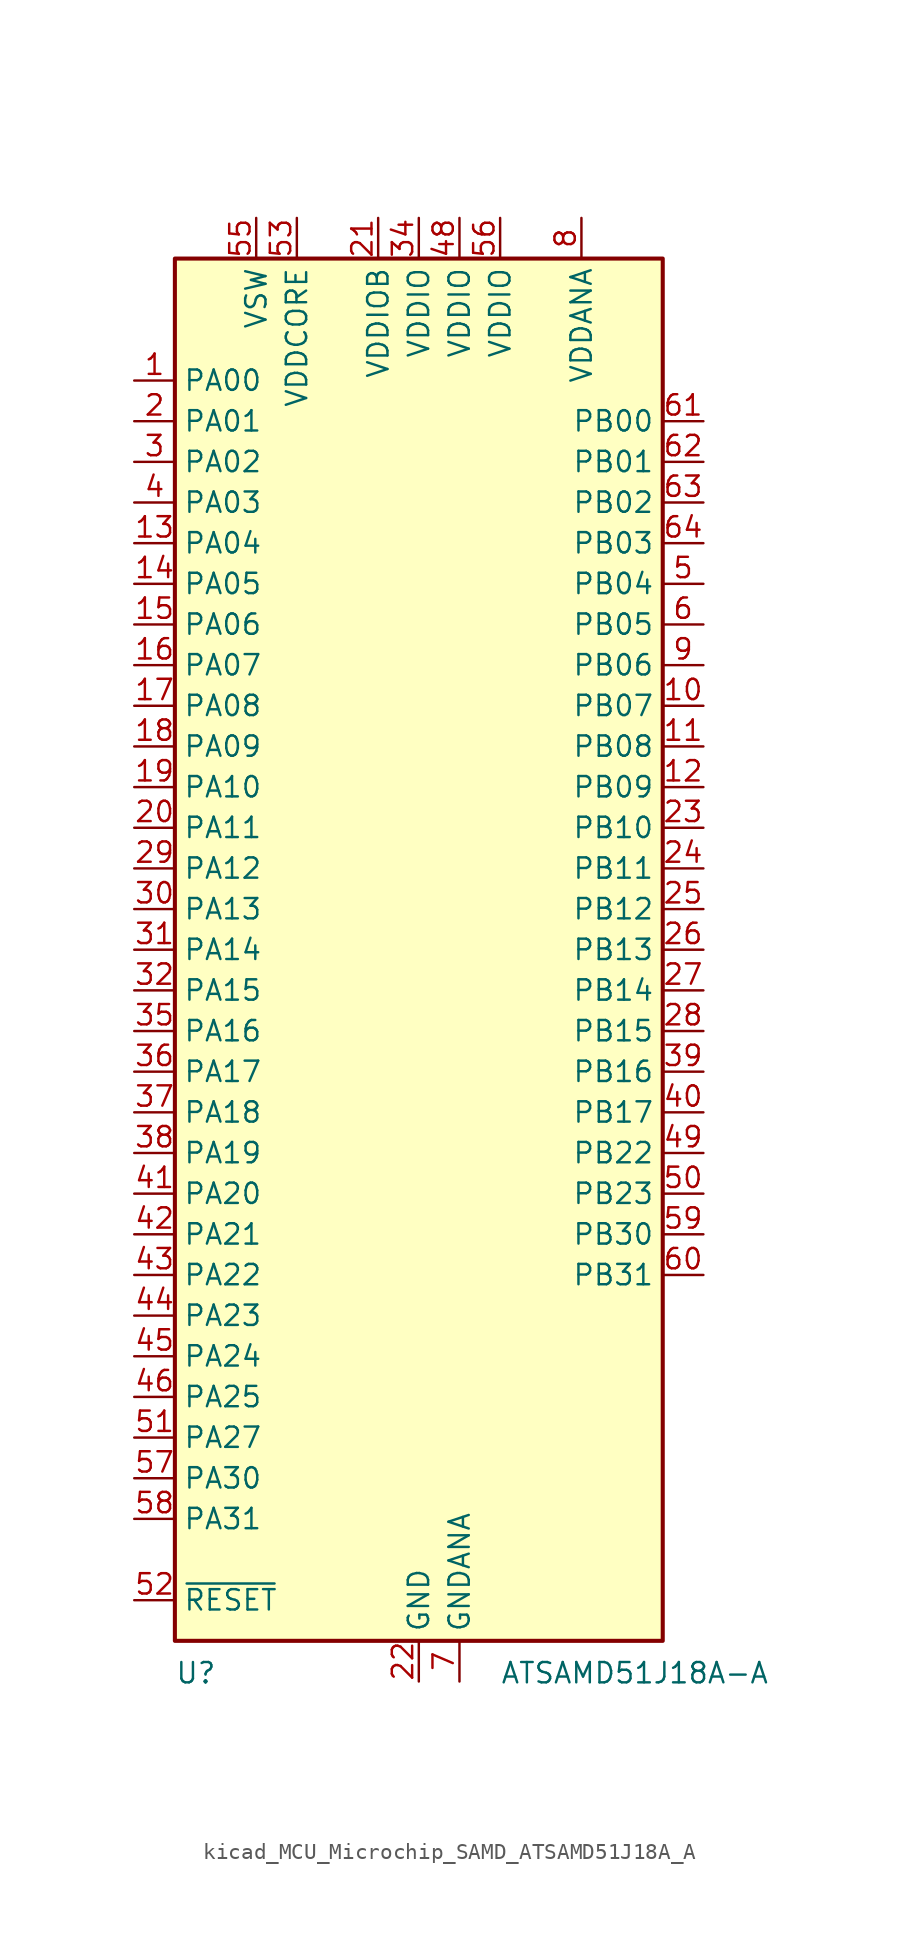
<source format=kicad_sym>
(kicad_symbol_lib
  (version 20220914)
  (generator kicad_symbol_editor)
  (symbol "kicad_MCU_Microchip_SAMD_ATSAMD51J18A_A"
    (property "Reference" "U"
      (at -15.24 -44.45 0)
      (effects (font (size 1.27 1.27)) (justify left top)))
    (property "Value" "ATSAMD51J18A-A"
      (at 5.08 -44.45 0)
      (effects (font (size 1.27 1.27)) (justify left top)))
    (symbol "kicad_MCU_Microchip_SAMD_ATSAMD51J18A_A_0_1"
      (rectangle (start -15.24 43.18) (end 15.24 -43.18) (stroke (width 0.254) (type default)) (fill (type background))))
    (symbol "kicad_MCU_Microchip_SAMD_ATSAMD51J18A_A_1_0"
      (pin bidirectional line (at 17.78 25.4 180) (length 2.54) (name "PB03" (effects (font (size 1.27 1.27)))) (number "64" (effects (font (size 1.27 1.27))))))
    (symbol "kicad_MCU_Microchip_SAMD_ATSAMD51J18A_A_1_1"
      (pin bidirectional line (at -17.78 35.56 0) (length 2.54) (name "PA00" (effects (font (size 1.27 1.27)))) (number "1" (effects (font (size 1.27 1.27)))))
      (pin bidirectional line (at 17.78 15.24 180) (length 2.54) (name "PB07" (effects (font (size 1.27 1.27)))) (number "10" (effects (font (size 1.27 1.27)))))
      (pin bidirectional line (at 17.78 12.7 180) (length 2.54) (name "PB08" (effects (font (size 1.27 1.27)))) (number "11" (effects (font (size 1.27 1.27)))))
      (pin bidirectional line (at 17.78 10.16 180) (length 2.54) (name "PB09" (effects (font (size 1.27 1.27)))) (number "12" (effects (font (size 1.27 1.27)))))
      (pin bidirectional line (at -17.78 25.4 0) (length 2.54) (name "PA04" (effects (font (size 1.27 1.27)))) (number "13" (effects (font (size 1.27 1.27)))))
      (pin bidirectional line (at -17.78 22.86 0) (length 2.54) (name "PA05" (effects (font (size 1.27 1.27)))) (number "14" (effects (font (size 1.27 1.27)))))
      (pin bidirectional line (at -17.78 20.32 0) (length 2.54) (name "PA06" (effects (font (size 1.27 1.27)))) (number "15" (effects (font (size 1.27 1.27)))))
      (pin bidirectional line (at -17.78 17.78 0) (length 2.54) (name "PA07" (effects (font (size 1.27 1.27)))) (number "16" (effects (font (size 1.27 1.27)))))
      (pin bidirectional line (at -17.78 15.24 0) (length 2.54) (name "PA08" (effects (font (size 1.27 1.27)))) (number "17" (effects (font (size 1.27 1.27)))))
      (pin bidirectional line (at -17.78 12.7 0) (length 2.54) (name "PA09" (effects (font (size 1.27 1.27)))) (number "18" (effects (font (size 1.27 1.27)))))
      (pin bidirectional line (at -17.78 10.16 0) (length 2.54) (name "PA10" (effects (font (size 1.27 1.27)))) (number "19" (effects (font (size 1.27 1.27)))))
      (pin bidirectional line (at -17.78 33.02 0) (length 2.54) (name "PA01" (effects (font (size 1.27 1.27)))) (number "2" (effects (font (size 1.27 1.27)))))
      (pin bidirectional line (at -17.78 7.62 0) (length 2.54) (name "PA11" (effects (font (size 1.27 1.27)))) (number "20" (effects (font (size 1.27 1.27)))))
      (pin power_in line (at -2.54 45.72 270) (length 2.54) (name "VDDIOB" (effects (font (size 1.27 1.27)))) (number "21" (effects (font (size 1.27 1.27)))))
      (pin power_in line (at 0 -45.72 90) (length 2.54) (name "GND" (effects (font (size 1.27 1.27)))) (number "22" (effects (font (size 1.27 1.27)))))
      (pin bidirectional line (at 17.78 7.62 180) (length 2.54) (name "PB10" (effects (font (size 1.27 1.27)))) (number "23" (effects (font (size 1.27 1.27)))))
      (pin bidirectional line (at 17.78 5.08 180) (length 2.54) (name "PB11" (effects (font (size 1.27 1.27)))) (number "24" (effects (font (size 1.27 1.27)))))
      (pin bidirectional line (at 17.78 2.54 180) (length 2.54) (name "PB12" (effects (font (size 1.27 1.27)))) (number "25" (effects (font (size 1.27 1.27)))))
      (pin bidirectional line (at 17.78 0 180) (length 2.54) (name "PB13" (effects (font (size 1.27 1.27)))) (number "26" (effects (font (size 1.27 1.27)))))
      (pin bidirectional line (at 17.78 -2.54 180) (length 2.54) (name "PB14" (effects (font (size 1.27 1.27)))) (number "27" (effects (font (size 1.27 1.27)))))
      (pin bidirectional line (at 17.78 -5.08 180) (length 2.54) (name "PB15" (effects (font (size 1.27 1.27)))) (number "28" (effects (font (size 1.27 1.27)))))
      (pin bidirectional line (at -17.78 5.08 0) (length 2.54) (name "PA12" (effects (font (size 1.27 1.27)))) (number "29" (effects (font (size 1.27 1.27)))))
      (pin bidirectional line (at -17.78 30.48 0) (length 2.54) (name "PA02" (effects (font (size 1.27 1.27)))) (number "3" (effects (font (size 1.27 1.27)))))
      (pin bidirectional line (at -17.78 2.54 0) (length 2.54) (name "PA13" (effects (font (size 1.27 1.27)))) (number "30" (effects (font (size 1.27 1.27)))))
      (pin bidirectional line (at -17.78 0 0) (length 2.54) (name "PA14" (effects (font (size 1.27 1.27)))) (number "31" (effects (font (size 1.27 1.27)))))
      (pin bidirectional line (at -17.78 -2.54 0) (length 2.54) (name "PA15" (effects (font (size 1.27 1.27)))) (number "32" (effects (font (size 1.27 1.27)))))
      (pin passive line (at 0 -45.72 90) (length 2.54) hide (name "GND" (effects (font (size 1.27 1.27)))) (number "33" (effects (font (size 1.27 1.27)))))
      (pin power_in line (at 0 45.72 270) (length 2.54) (name "VDDIO" (effects (font (size 1.27 1.27)))) (number "34" (effects (font (size 1.27 1.27)))))
      (pin bidirectional line (at -17.78 -5.08 0) (length 2.54) (name "PA16" (effects (font (size 1.27 1.27)))) (number "35" (effects (font (size 1.27 1.27)))))
      (pin bidirectional line (at -17.78 -7.62 0) (length 2.54) (name "PA17" (effects (font (size 1.27 1.27)))) (number "36" (effects (font (size 1.27 1.27)))))
      (pin bidirectional line (at -17.78 -10.16 0) (length 2.54) (name "PA18" (effects (font (size 1.27 1.27)))) (number "37" (effects (font (size 1.27 1.27)))))
      (pin bidirectional line (at -17.78 -12.7 0) (length 2.54) (name "PA19" (effects (font (size 1.27 1.27)))) (number "38" (effects (font (size 1.27 1.27)))))
      (pin bidirectional line (at 17.78 -7.62 180) (length 2.54) (name "PB16" (effects (font (size 1.27 1.27)))) (number "39" (effects (font (size 1.27 1.27)))))
      (pin bidirectional line (at -17.78 27.94 0) (length 2.54) (name "PA03" (effects (font (size 1.27 1.27)))) (number "4" (effects (font (size 1.27 1.27)))))
      (pin bidirectional line (at 17.78 -10.16 180) (length 2.54) (name "PB17" (effects (font (size 1.27 1.27)))) (number "40" (effects (font (size 1.27 1.27)))))
      (pin bidirectional line (at -17.78 -15.24 0) (length 2.54) (name "PA20" (effects (font (size 1.27 1.27)))) (number "41" (effects (font (size 1.27 1.27)))))
      (pin bidirectional line (at -17.78 -17.78 0) (length 2.54) (name "PA21" (effects (font (size 1.27 1.27)))) (number "42" (effects (font (size 1.27 1.27)))))
      (pin bidirectional line (at -17.78 -20.32 0) (length 2.54) (name "PA22" (effects (font (size 1.27 1.27)))) (number "43" (effects (font (size 1.27 1.27)))))
      (pin bidirectional line (at -17.78 -22.86 0) (length 2.54) (name "PA23" (effects (font (size 1.27 1.27)))) (number "44" (effects (font (size 1.27 1.27)))))
      (pin bidirectional line (at -17.78 -25.4 0) (length 2.54) (name "PA24" (effects (font (size 1.27 1.27)))) (number "45" (effects (font (size 1.27 1.27)))))
      (pin bidirectional line (at -17.78 -27.94 0) (length 2.54) (name "PA25" (effects (font (size 1.27 1.27)))) (number "46" (effects (font (size 1.27 1.27)))))
      (pin passive line (at 0 -45.72 90) (length 2.54) hide (name "GND" (effects (font (size 1.27 1.27)))) (number "47" (effects (font (size 1.27 1.27)))))
      (pin power_in line (at 2.54 45.72 270) (length 2.54) (name "VDDIO" (effects (font (size 1.27 1.27)))) (number "48" (effects (font (size 1.27 1.27)))))
      (pin bidirectional line (at 17.78 -12.7 180) (length 2.54) (name "PB22" (effects (font (size 1.27 1.27)))) (number "49" (effects (font (size 1.27 1.27)))))
      (pin bidirectional line (at 17.78 22.86 180) (length 2.54) (name "PB04" (effects (font (size 1.27 1.27)))) (number "5" (effects (font (size 1.27 1.27)))))
      (pin bidirectional line (at 17.78 -15.24 180) (length 2.54) (name "PB23" (effects (font (size 1.27 1.27)))) (number "50" (effects (font (size 1.27 1.27)))))
      (pin bidirectional line (at -17.78 -30.48 0) (length 2.54) (name "PA27" (effects (font (size 1.27 1.27)))) (number "51" (effects (font (size 1.27 1.27)))))
      (pin input line (at -17.78 -40.64 0) (length 2.54) (name "~{RESET}" (effects (font (size 1.27 1.27)))) (number "52" (effects (font (size 1.27 1.27)))))
      (pin power_out line (at -7.62 45.72 270) (length 2.54) (name "VDDCORE" (effects (font (size 1.27 1.27)))) (number "53" (effects (font (size 1.27 1.27)))))
      (pin passive line (at 0 -45.72 90) (length 2.54) hide (name "GND" (effects (font (size 1.27 1.27)))) (number "54" (effects (font (size 1.27 1.27)))))
      (pin power_in line (at -10.16 45.72 270) (length 2.54) (name "VSW" (effects (font (size 1.27 1.27)))) (number "55" (effects (font (size 1.27 1.27)))))
      (pin power_in line (at 5.08 45.72 270) (length 2.54) (name "VDDIO" (effects (font (size 1.27 1.27)))) (number "56" (effects (font (size 1.27 1.27)))))
      (pin bidirectional line (at -17.78 -33.02 0) (length 2.54) (name "PA30" (effects (font (size 1.27 1.27)))) (number "57" (effects (font (size 1.27 1.27)))))
      (pin bidirectional line (at -17.78 -35.56 0) (length 2.54) (name "PA31" (effects (font (size 1.27 1.27)))) (number "58" (effects (font (size 1.27 1.27)))))
      (pin bidirectional line (at 17.78 -17.78 180) (length 2.54) (name "PB30" (effects (font (size 1.27 1.27)))) (number "59" (effects (font (size 1.27 1.27)))))
      (pin bidirectional line (at 17.78 20.32 180) (length 2.54) (name "PB05" (effects (font (size 1.27 1.27)))) (number "6" (effects (font (size 1.27 1.27)))))
      (pin bidirectional line (at 17.78 -20.32 180) (length 2.54) (name "PB31" (effects (font (size 1.27 1.27)))) (number "60" (effects (font (size 1.27 1.27)))))
      (pin bidirectional line (at 17.78 33.02 180) (length 2.54) (name "PB00" (effects (font (size 1.27 1.27)))) (number "61" (effects (font (size 1.27 1.27)))))
      (pin bidirectional line (at 17.78 30.48 180) (length 2.54) (name "PB01" (effects (font (size 1.27 1.27)))) (number "62" (effects (font (size 1.27 1.27)))))
      (pin bidirectional line (at 17.78 27.94 180) (length 2.54) (name "PB02" (effects (font (size 1.27 1.27)))) (number "63" (effects (font (size 1.27 1.27)))))
      (pin power_in line (at 2.54 -45.72 90) (length 2.54) (name "GNDANA" (effects (font (size 1.27 1.27)))) (number "7" (effects (font (size 1.27 1.27)))))
      (pin power_in line (at 10.16 45.72 270) (length 2.54) (name "VDDANA" (effects (font (size 1.27 1.27)))) (number "8" (effects (font (size 1.27 1.27)))))
      (pin bidirectional line (at 17.78 17.78 180) (length 2.54) (name "PB06" (effects (font (size 1.27 1.27)))) (number "9" (effects (font (size 1.27 1.27))))))))
</source>
